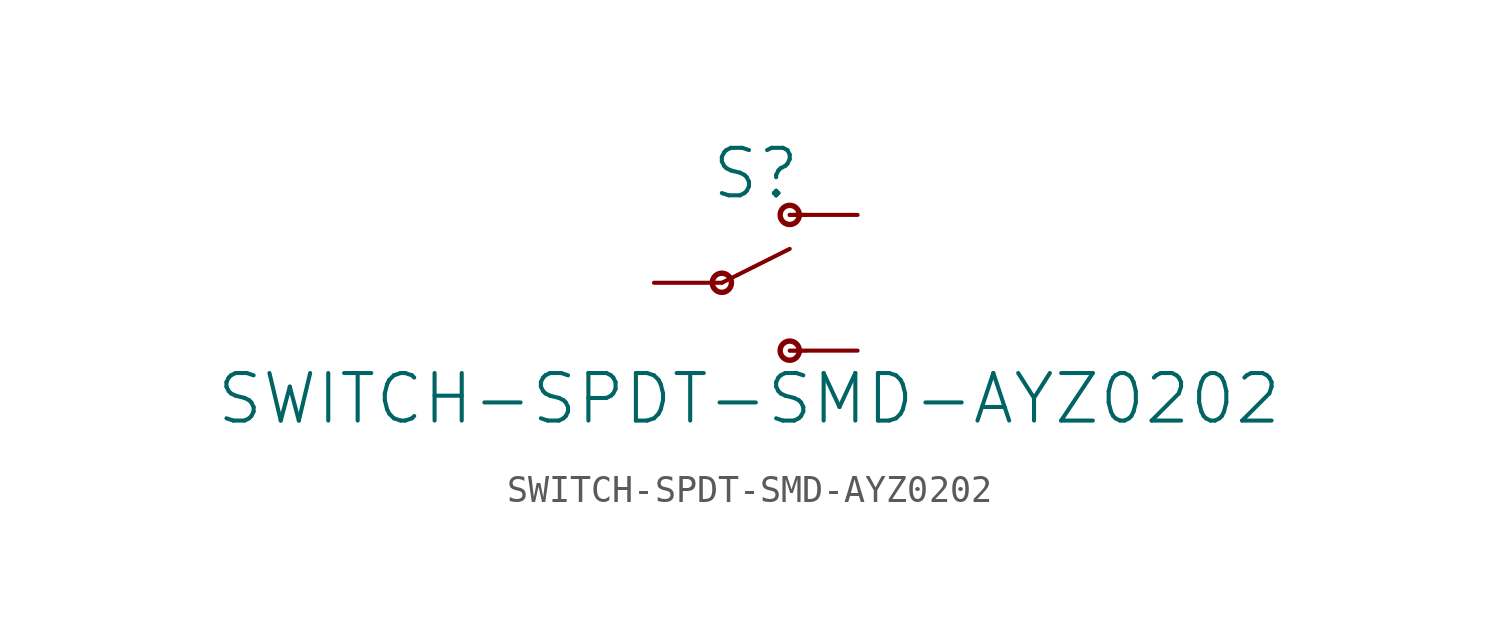
<source format=kicad_sym>
(kicad_symbol_lib
  (version 20211014)
  (generator kicad_symbol_editor)
  (symbol "SWITCH-SPDT-SMD-AYZ0202"
    (property "Reference" "S"
      (at 1.27 3.048 0)
      (effects (font (size 1.778 1.778)) (justify bottom)))
    (property "Value" "SWITCH-SPDT-SMD-AYZ0202"
      (at 1.016 -3.302 0)
      (effects (font (size 1.778 1.778)) (justify top)))
    (property "ki_locked" ""
      (at 0 0 0)
      (effects (font (size 1.27 1.27))))
    (symbol "SWITCH-SPDT-SMD-AYZ0202_1_0"
      (polyline (pts (xy 0 0) (xy 2.54 1.27)) (stroke (width 0.152) (type default) (color 0 0 0 0)) (fill (type none)))
      (polyline (pts (xy 2.54 -2.54) (xy 3.175 -2.54)) (stroke (width 0.127) (type default) (color 0 0 0 0)) (fill (type none)))
      (polyline (pts (xy 2.54 2.54) (xy 3.175 2.54)) (stroke (width 0.152) (type default) (color 0 0 0 0)) (fill (type none)))
      (circle (center 0 0) (radius 0.359) (stroke (width 0.203) (type default) (color 0 0 0 0)) (fill (type none)))
      (circle (center 2.54 -2.54) (radius 0.359) (stroke (width 0.203) (type default) (color 0 0 0 0)) (fill (type none)))
      (circle (center 2.54 2.54) (radius 0.359) (stroke (width 0.203) (type default) (color 0 0 0 0)) (fill (type none)))
      (pin passive line (at 5.08 2.54 180) (length 2.54) (name "O" (effects (font (size 0 0)))) (number "1" (effects (font (size 0 0)))))
      (pin passive line (at -2.54 0 0) (length 2.54) (name "P" (effects (font (size 0 0)))) (number "2" (effects (font (size 0 0)))))
      (pin passive line (at 5.08 -2.54 180) (length 2.54) (name "S" (effects (font (size 0 0)))) (number "3" (effects (font (size 0 0))))))))
</source>
